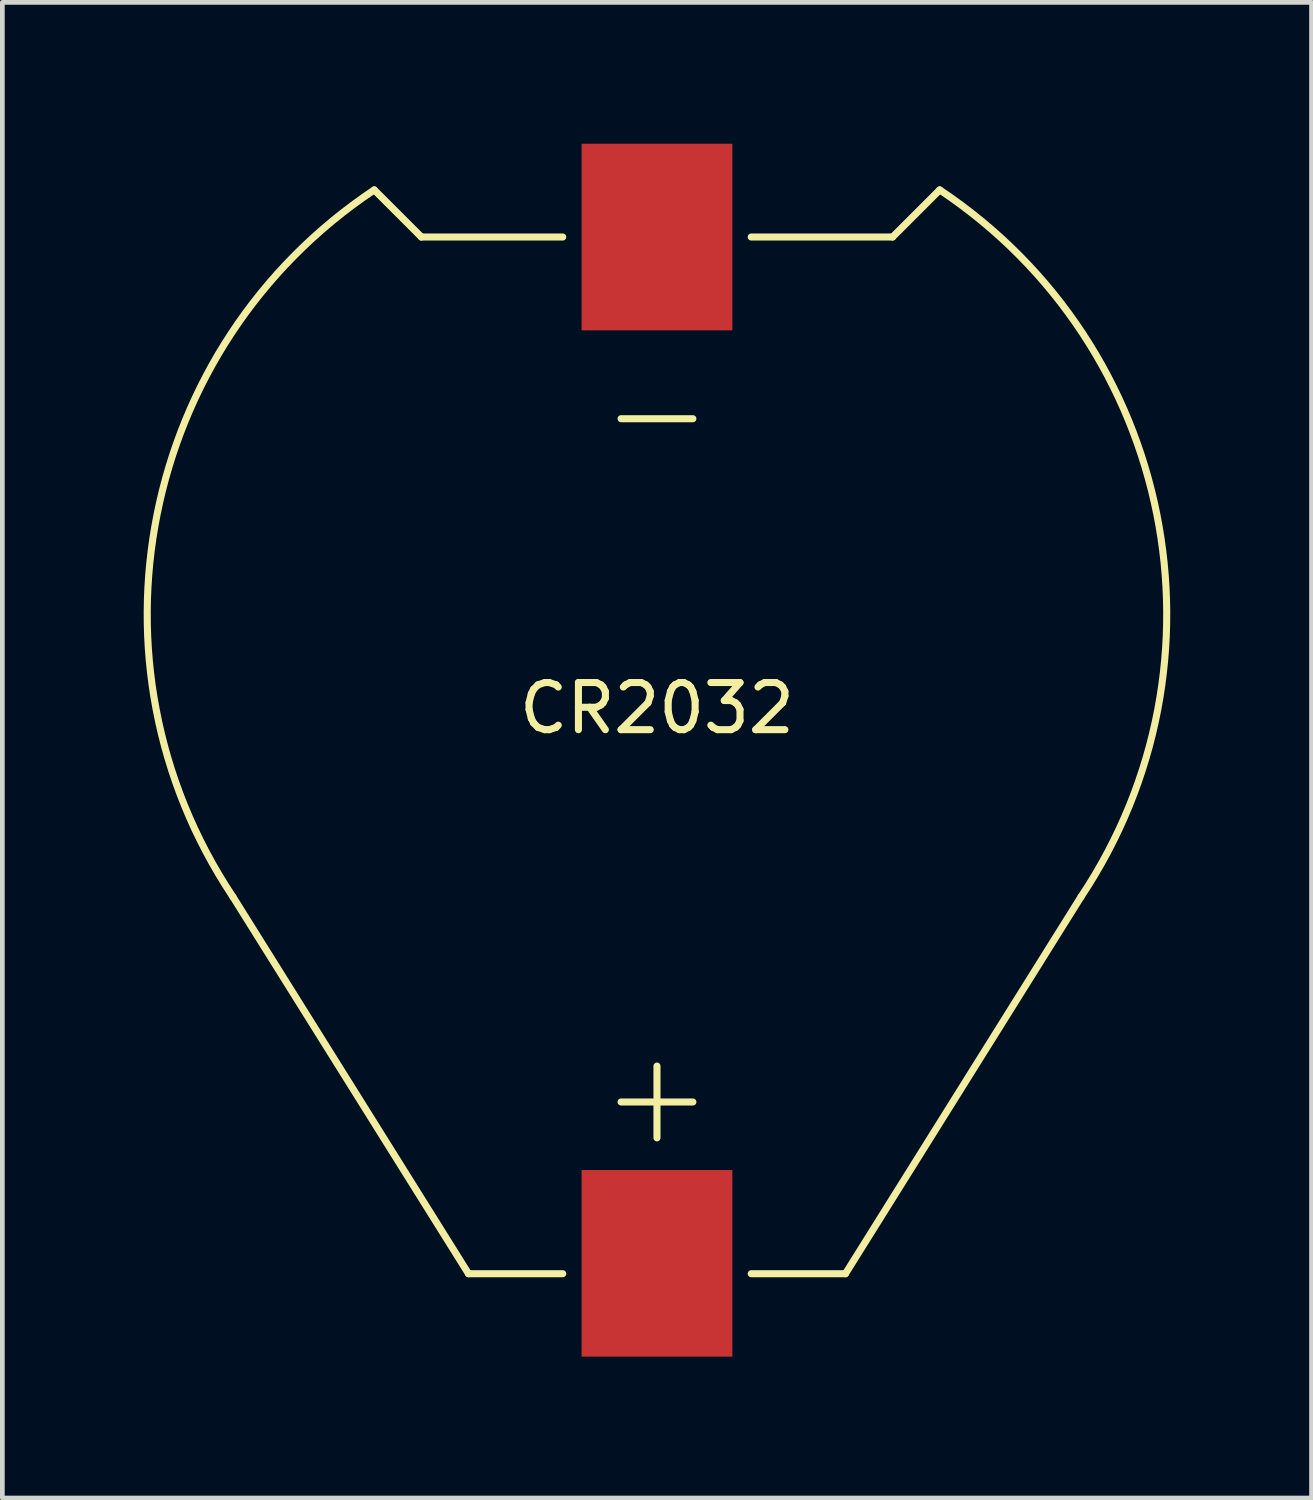
<source format=kicad_pcb>
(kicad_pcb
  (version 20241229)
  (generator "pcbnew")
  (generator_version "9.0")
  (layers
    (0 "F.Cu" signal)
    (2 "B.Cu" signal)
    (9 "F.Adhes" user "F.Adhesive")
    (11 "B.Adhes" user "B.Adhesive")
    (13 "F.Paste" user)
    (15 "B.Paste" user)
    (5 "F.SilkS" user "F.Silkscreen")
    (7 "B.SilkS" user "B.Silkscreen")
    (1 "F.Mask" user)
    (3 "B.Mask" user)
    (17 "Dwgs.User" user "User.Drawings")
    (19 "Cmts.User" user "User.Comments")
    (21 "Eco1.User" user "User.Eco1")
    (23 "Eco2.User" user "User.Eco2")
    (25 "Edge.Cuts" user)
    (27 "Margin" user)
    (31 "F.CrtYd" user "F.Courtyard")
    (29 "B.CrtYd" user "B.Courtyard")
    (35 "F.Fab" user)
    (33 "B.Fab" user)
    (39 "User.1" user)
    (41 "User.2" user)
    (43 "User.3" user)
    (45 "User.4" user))
  (footprint "CR2032"
    (layer "F.Cu")
    (at 10.892 12.98)
    (property "Reference" "CR2032" (at 0 -1 0) (layer "F.SilkS") (effects (font (size 1 1) (thickness 0.15))))
    (attr through_hole)
    (fp_line (start -9 3) (end -4 11) (stroke (width 0.15) (type solid)) (layer "F.SilkS"))
    (fp_line (start -6 -12) (end -5 -11) (stroke (width 0.15) (type solid)) (layer "F.SilkS"))
    (fp_line (start -5 -11) (end -2 -11) (stroke (width 0.15) (type solid)) (layer "F.SilkS"))
    (fp_line (start -4 11) (end -2 11) (stroke (width 0.15) (type solid)) (layer "F.SilkS"))
    (fp_line (start 2 11) (end 4 11) (stroke (width 0.15) (type solid)) (layer "F.SilkS"))
    (fp_line (start 4 11) (end 9 3) (stroke (width 0.15) (type solid)) (layer "F.SilkS"))
    (fp_line (start 5 -11) (end 2 -11) (stroke (width 0.15) (type solid)) (layer "F.SilkS"))
    (fp_line (start 6 -12) (end 5 -11) (stroke (width 0.15) (type solid)) (layer "F.SilkS"))
    (fp_arc (start -9 3) (mid -10.606602 -5.12132) (end -6 -12) (stroke (width 0.15) (type solid)) (layer "F.SilkS"))
    (fp_arc (start 6 -12) (mid 10.606602 -5.12132) (end 9 3) (stroke (width 0.15) (type solid)) (layer "F.SilkS"))
    (fp_text user "+" (at 0 7.2 0) (layer "F.SilkS") (effects (font (size 2 2) (thickness 0.15))))
    (fp_text user "-" (at 0 -7.3 0) (layer "F.SilkS") (effects (font (size 2 2) (thickness 0.15))))
    (pad "1" smd rect (at 0 10.78) (size 3.2 3.96) (layers "F.Cu" "F.Mask" "F.Paste"))
    (pad "2" smd rect (at 0 -11) (size 3.2 3.96) (layers "F.Cu" "F.Mask" "F.Paste")))
  (gr_rect
    (start -3 -3)
    (end 24.783 28.74)
    (stroke (width 0.1) (type default))
    (fill no)
    (layer "Edge.Cuts")))
</source>
